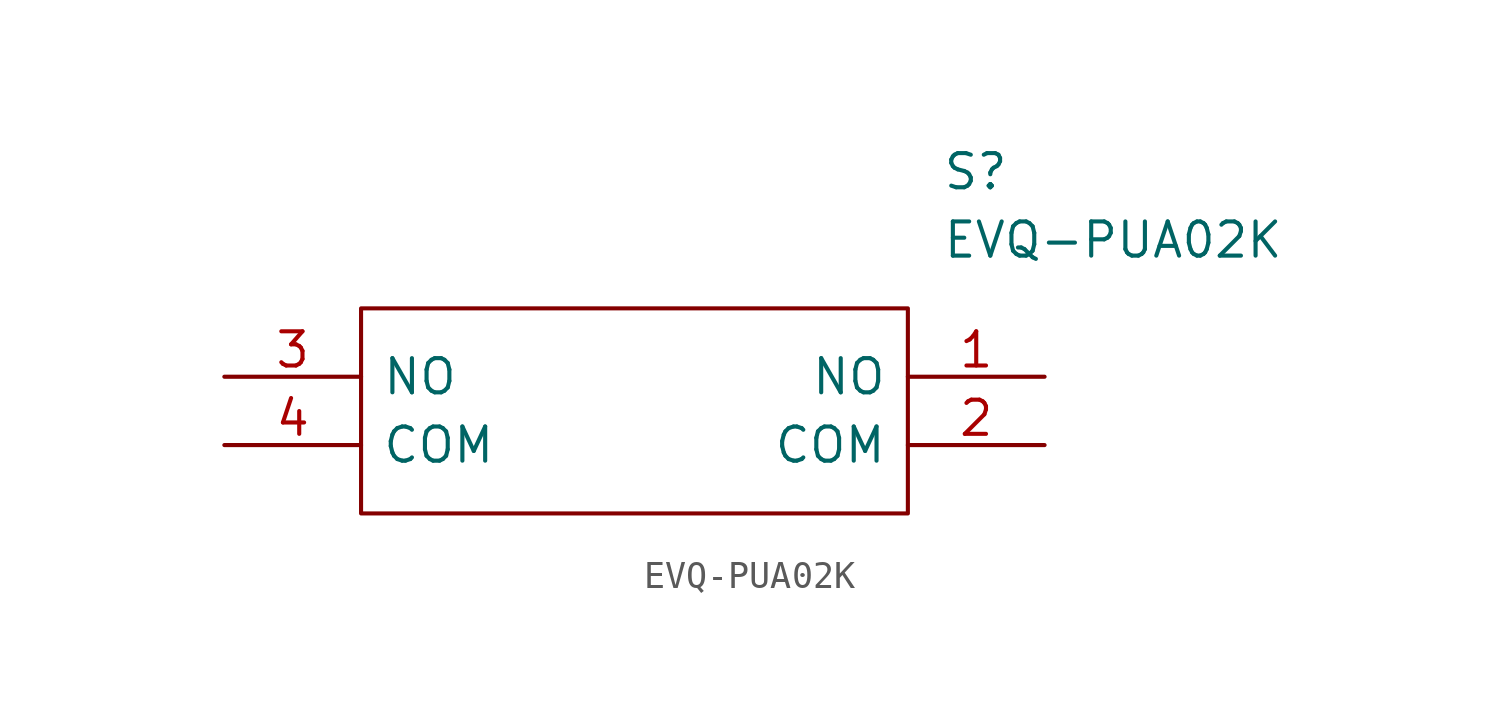
<source format=kicad_sym>
(kicad_symbol_lib
  (version 20220914)
  (generator kicad_symbol_editor)
  (symbol "EVQ-PUA02K"
    (pin_names
      (offset 0.762))
    (property "Reference" "S"
      (at 26.67 7.62 0)
      (effects (font (size 1.27 1.27)) (justify left)))
    (property "Value" "EVQ-PUA02K"
      (at 26.67 5.08 0)
      (effects (font (size 1.27 1.27)) (justify left)))
    (symbol "EVQ-PUA02K_0_0"
      (pin passive line (at 30.48 0 180) (length 5.08) (name "NO" (effects (font (size 1.27 1.27)))) (number "1" (effects (font (size 1.27 1.27)))))
      (pin passive line (at 30.48 -2.54 180) (length 5.08) (name "COM" (effects (font (size 1.27 1.27)))) (number "2" (effects (font (size 1.27 1.27)))))
      (pin passive line (at 0 0 0) (length 5.08) (name "NO" (effects (font (size 1.27 1.27)))) (number "3" (effects (font (size 1.27 1.27)))))
      (pin passive line (at 0 -2.54 0) (length 5.08) (name "COM" (effects (font (size 1.27 1.27)))) (number "4" (effects (font (size 1.27 1.27))))))
    (symbol "EVQ-PUA02K_0_1"
      (polyline (pts (xy 5.08 2.54) (xy 25.4 2.54) (xy 25.4 -5.08) (xy 5.08 -5.08) (xy 5.08 2.54)) (stroke (width 0.152) (type solid)) (fill (type none))))))
</source>
